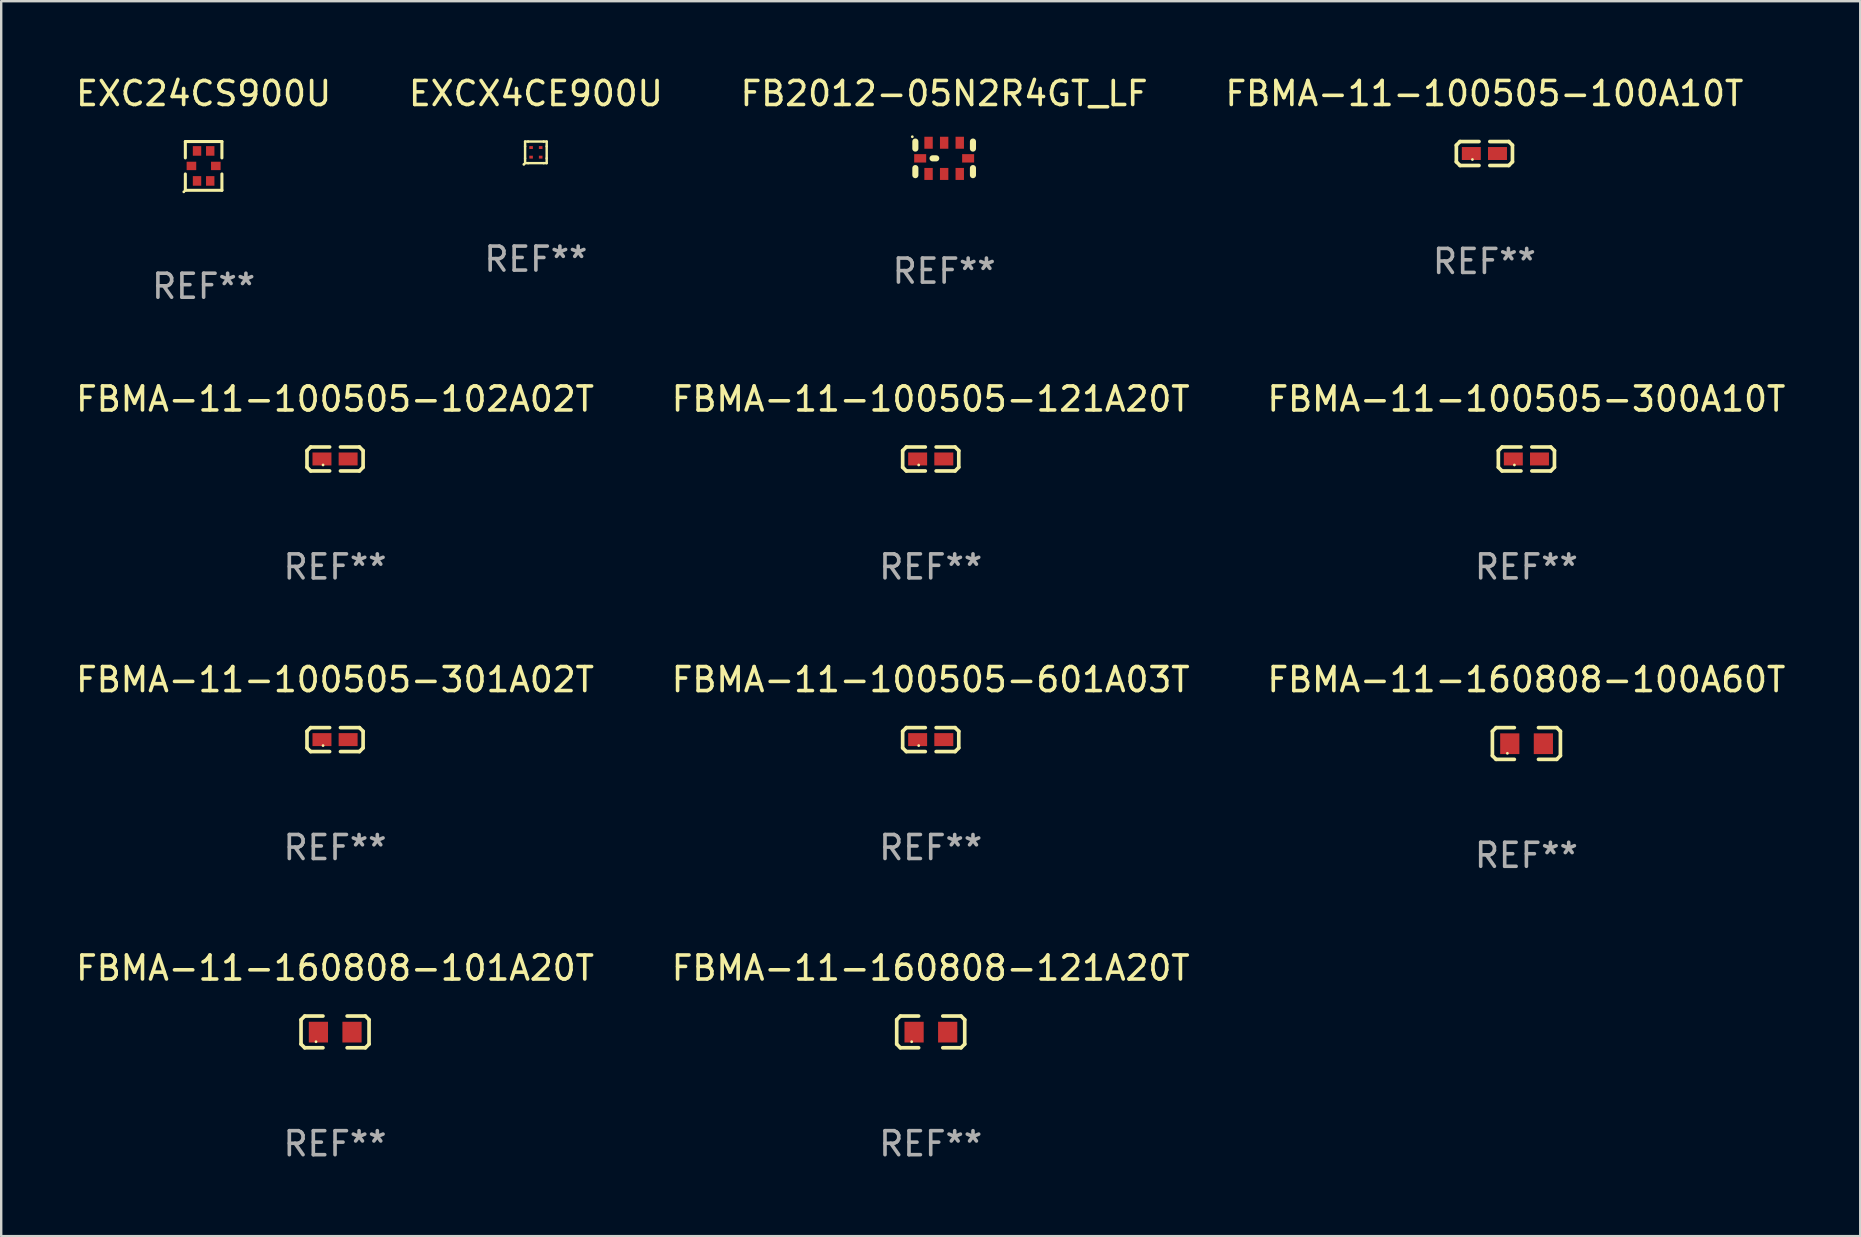
<source format=kicad_pcb>
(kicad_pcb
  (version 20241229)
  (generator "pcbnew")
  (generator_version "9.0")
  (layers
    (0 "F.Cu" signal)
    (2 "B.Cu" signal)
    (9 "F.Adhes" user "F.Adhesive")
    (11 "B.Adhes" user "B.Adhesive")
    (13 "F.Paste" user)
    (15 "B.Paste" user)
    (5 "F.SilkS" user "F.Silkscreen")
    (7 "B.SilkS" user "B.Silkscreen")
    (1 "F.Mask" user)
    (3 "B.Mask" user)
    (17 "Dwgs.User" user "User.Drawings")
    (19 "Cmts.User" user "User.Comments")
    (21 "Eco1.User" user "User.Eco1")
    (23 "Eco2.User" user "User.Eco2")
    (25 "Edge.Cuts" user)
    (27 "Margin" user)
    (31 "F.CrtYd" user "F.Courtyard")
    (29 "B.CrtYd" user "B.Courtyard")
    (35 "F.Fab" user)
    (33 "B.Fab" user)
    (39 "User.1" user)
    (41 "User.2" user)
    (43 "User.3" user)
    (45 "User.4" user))
  (footprint "FB2012-05N2R4GT_LF"
    (layer "F.Cu")
    (at 36.292 3.548)
    (property "Reference" "FB2012-05N2R4GT_LF" (at 0 -2.7 0) (layer "F.SilkS") (effects (font (size 1 1) (thickness 0.15))))
    (attr through_hole)
    (fp_line (start -1.2 -0.7) (end -1.2 -0.406) (stroke (width 0.254) (type solid)) (layer "F.SilkS"))
    (fp_line (start -1.2 0.406) (end -1.2 0.7) (stroke (width 0.254) (type solid)) (layer "F.SilkS"))
    (fp_line (start -0.483 0) (end -0.33 0) (stroke (width 0.254) (type solid)) (layer "F.SilkS"))
    (fp_line (start 1.2 -0.7) (end 1.2 -0.406) (stroke (width 0.254) (type solid)) (layer "F.SilkS"))
    (fp_line (start 1.2 0.406) (end 1.2 0.7) (stroke (width 0.254) (type solid)) (layer "F.SilkS"))
    (fp_circle (center -1.327 -0.9) (end -1.297 -0.9) (stroke (width 0.06) (type solid)) (fill no) (layer "F.SilkS"))
    (fp_text user "REF**" (at 0 4.7 0) (layer "F.Fab") (effects (font (size 1 1) (thickness 0.15))))
    (pad "1" smd rect (at -0.65 -0.65 270) (size 0.5 0.35) (layers "F.Cu" "F.Mask" "F.Paste"))
    (pad "2" smd rect (at 0 -0.65 270) (size 0.5 0.35) (layers "F.Cu" "F.Mask" "F.Paste"))
    (pad "3" smd rect (at 0.65 -0.65 270) (size 0.5 0.35) (layers "F.Cu" "F.Mask" "F.Paste"))
    (pad "4" smd rect (at 0.999 0 180) (size 0.5 0.35) (layers "F.Cu" "F.Mask" "F.Paste"))
    (pad "5" smd rect (at 0.65 0.65 90) (size 0.5 0.35) (layers "F.Cu" "F.Mask" "F.Paste"))
    (pad "6" smd rect (at 0 0.65 90) (size 0.5 0.35) (layers "F.Cu" "F.Mask" "F.Paste"))
    (pad "7" smd rect (at -0.65 0.65 90) (size 0.5 0.35) (layers "F.Cu" "F.Mask" "F.Paste"))
    (pad "8" smd rect (at -0.999 0) (size 0.5 0.35) (layers "F.Cu" "F.Mask" "F.Paste")))
  (footprint "FBMA-11-100505-100A10T"
    (layer "F.Cu")
    (at 58.804 3.347)
    (property "Reference" "FBMA-11-100505-100A10T" (at 0 -2.499 0) (layer "F.SilkS") (effects (font (size 1 1) (thickness 0.15))))
    (attr through_hole)
    (fp_line (start -1.169 -0.346) (end -1.016 -0.499) (stroke (width 0.152) (type solid)) (layer "F.SilkS"))
    (fp_line (start -1.169 0.346) (end -1.169 -0.346) (stroke (width 0.152) (type solid)) (layer "F.SilkS"))
    (fp_line (start -1.016 -0.499) (end -0.226 -0.499) (stroke (width 0.152) (type solid)) (layer "F.SilkS"))
    (fp_line (start -1.016 0.499) (end -1.169 0.346) (stroke (width 0.152) (type solid)) (layer "F.SilkS"))
    (fp_line (start -0.226 0.499) (end -1.016 0.499) (stroke (width 0.152) (type solid)) (layer "F.SilkS"))
    (fp_line (start 0.226 0.499) (end 1.016 0.499) (stroke (width 0.152) (type solid)) (layer "F.SilkS"))
    (fp_line (start 1.016 -0.499) (end 0.226 -0.499) (stroke (width 0.152) (type solid)) (layer "F.SilkS"))
    (fp_line (start 1.016 0.499) (end 1.169 0.346) (stroke (width 0.152) (type solid)) (layer "F.SilkS"))
    (fp_line (start 1.169 -0.346) (end 1.016 -0.499) (stroke (width 0.152) (type solid)) (layer "F.SilkS"))
    (fp_line (start 1.169 0.346) (end 1.169 -0.346) (stroke (width 0.152) (type solid)) (layer "F.SilkS"))
    (fp_circle (center -0.5 0.25) (end -0.47 0.25) (stroke (width 0.06) (type solid)) (fill no) (layer "F.SilkS"))
    (fp_text user "REF**" (at 0 4.499 0) (layer "F.Fab") (effects (font (size 1 1) (thickness 0.15))))
    (pad "1" smd rect (at -0.545 0) (size 0.79 0.54) (layers "F.Cu" "F.Mask" "F.Paste"))
    (pad "2" smd rect (at 0.545 0) (size 0.79 0.54) (layers "F.Cu" "F.Mask" "F.Paste")))
  (footprint "EXC24CS900U"
    (layer "F.Cu")
    (at 5.435 3.864)
    (property "Reference" "EXC24CS900U" (at 0 -3.016 0) (layer "F.SilkS") (effects (font (size 1 1) (thickness 0.15))))
    (attr through_hole)
    (fp_line (start -0.762 -1.016) (end 0.762 -1.016) (stroke (width 0.127) (type solid)) (layer "F.SilkS"))
    (fp_line (start -0.762 -0.334) (end -0.762 -1.016) (stroke (width 0.127) (type solid)) (layer "F.SilkS"))
    (fp_line (start -0.762 1.016) (end -0.762 0.334) (stroke (width 0.127) (type solid)) (layer "F.SilkS"))
    (fp_line (start 0.762 -1.016) (end 0.762 -0.334) (stroke (width 0.127) (type solid)) (layer "F.SilkS"))
    (fp_line (start 0.762 0.334) (end 0.762 1.016) (stroke (width 0.127) (type solid)) (layer "F.SilkS"))
    (fp_line (start 0.762 1.016) (end -0.762 1.016) (stroke (width 0.127) (type solid)) (layer "F.SilkS"))
    (fp_circle (center -0.826 1.08) (end -0.796 1.08) (stroke (width 0.06) (type solid)) (fill no) (layer "F.SilkS"))
    (fp_text user "REF**" (at 0 5.016 0) (layer "F.Fab") (effects (font (size 1 1) (thickness 0.15))))
    (pad "1" smd rect (at -0.508 0 90) (size 0.35 0.4) (layers "F.Cu" "F.Mask" "F.Paste"))
    (pad "2" smd rect (at -0.275 0.625) (size 0.35 0.4) (layers "F.Cu" "F.Mask" "F.Paste"))
    (pad "3" smd rect (at 0.275 0.625) (size 0.35 0.4) (layers "F.Cu" "F.Mask" "F.Paste"))
    (pad "4" smd rect (at 0.508 0 90) (size 0.35 0.4) (layers "F.Cu" "F.Mask" "F.Paste"))
    (pad "5" smd rect (at 0.275 -0.625 180) (size 0.35 0.4) (layers "F.Cu" "F.Mask" "F.Paste"))
    (pad "6" smd rect (at -0.275 -0.625) (size 0.35 0.4) (layers "F.Cu" "F.Mask" "F.Paste")))
  (footprint "FBMA-11-100505-102A02T"
    (layer "F.Cu")
    (at 10.911 16.075)
    (property "Reference" "FBMA-11-100505-102A02T" (at 0 -2.499 0) (layer "F.SilkS") (effects (font (size 1 1) (thickness 0.15))))
    (attr through_hole)
    (fp_line (start -1.169 -0.346) (end -1.016 -0.499) (stroke (width 0.152) (type solid)) (layer "F.SilkS"))
    (fp_line (start -1.169 0.346) (end -1.169 -0.346) (stroke (width 0.152) (type solid)) (layer "F.SilkS"))
    (fp_line (start -1.016 -0.499) (end -0.226 -0.499) (stroke (width 0.152) (type solid)) (layer "F.SilkS"))
    (fp_line (start -1.016 0.499) (end -1.169 0.346) (stroke (width 0.152) (type solid)) (layer "F.SilkS"))
    (fp_line (start -0.226 0.499) (end -1.016 0.499) (stroke (width 0.152) (type solid)) (layer "F.SilkS"))
    (fp_line (start 0.226 0.499) (end 1.016 0.499) (stroke (width 0.152) (type solid)) (layer "F.SilkS"))
    (fp_line (start 1.016 -0.499) (end 0.226 -0.499) (stroke (width 0.152) (type solid)) (layer "F.SilkS"))
    (fp_line (start 1.016 0.499) (end 1.169 0.346) (stroke (width 0.152) (type solid)) (layer "F.SilkS"))
    (fp_line (start 1.169 -0.346) (end 1.016 -0.499) (stroke (width 0.152) (type solid)) (layer "F.SilkS"))
    (fp_line (start 1.169 0.346) (end 1.169 -0.346) (stroke (width 0.152) (type solid)) (layer "F.SilkS"))
    (fp_circle (center -0.5 0.25) (end -0.47 0.25) (stroke (width 0.06) (type solid)) (fill no) (layer "F.SilkS"))
    (fp_text user "REF**" (at 0 4.499 0) (layer "F.Fab") (effects (font (size 1 1) (thickness 0.15))))
    (pad "1" smd rect (at -0.545 0) (size 0.79 0.54) (layers "F.Cu" "F.Mask" "F.Paste"))
    (pad "2" smd rect (at 0.545 0) (size 0.79 0.54) (layers "F.Cu" "F.Mask" "F.Paste")))
  (footprint "FBMA-11-160808-121A20T"
    (layer "F.Cu")
    (at 35.732 39.949)
    (property "Reference" "FBMA-11-160808-121A20T" (at 0 -2.661 0) (layer "F.SilkS") (effects (font (size 1 1) (thickness 0.15))))
    (attr through_hole)
    (fp_line (start -1.417 -0.508) (end -1.265 -0.661) (stroke (width 0.152) (type solid)) (layer "F.SilkS"))
    (fp_line (start -1.417 0.508) (end -1.417 -0.508) (stroke (width 0.152) (type solid)) (layer "F.SilkS"))
    (fp_line (start -1.265 -0.661) (end -0.503 -0.661) (stroke (width 0.152) (type solid)) (layer "F.SilkS"))
    (fp_line (start -1.265 0.661) (end -1.417 0.508) (stroke (width 0.152) (type solid)) (layer "F.SilkS"))
    (fp_line (start -1.265 0.661) (end -0.503 0.661) (stroke (width 0.152) (type solid)) (layer "F.SilkS"))
    (fp_line (start 1.265 -0.661) (end 0.503 -0.661) (stroke (width 0.152) (type solid)) (layer "F.SilkS"))
    (fp_line (start 1.265 -0.661) (end 1.417 -0.508) (stroke (width 0.152) (type solid)) (layer "F.SilkS"))
    (fp_line (start 1.265 0.661) (end 0.503 0.661) (stroke (width 0.152) (type solid)) (layer "F.SilkS"))
    (fp_line (start 1.417 -0.508) (end 1.417 0.508) (stroke (width 0.152) (type solid)) (layer "F.SilkS"))
    (fp_line (start 1.417 0.508) (end 1.265 0.661) (stroke (width 0.152) (type solid)) (layer "F.SilkS"))
    (fp_circle (center -0.793 0.409) (end -0.763 0.409) (stroke (width 0.06) (type solid)) (fill no) (layer "F.SilkS"))
    (fp_text user "REF**" (at 0 4.661 0) (layer "F.Fab") (effects (font (size 1 1) (thickness 0.15))))
    (pad "1" smd rect (at -0.693 0.009 180) (size 0.8 0.864) (layers "F.Cu" "F.Mask" "F.Paste"))
    (pad "2" smd rect (at 0.707 0.009 180) (size 0.8 0.864) (layers "F.Cu" "F.Mask" "F.Paste")))
  (footprint "FBMA-11-100505-301A02T"
    (layer "F.Cu")
    (at 10.911 27.769)
    (property "Reference" "FBMA-11-100505-301A02T" (at 0 -2.499 0) (layer "F.SilkS") (effects (font (size 1 1) (thickness 0.15))))
    (attr through_hole)
    (fp_line (start -1.169 -0.346) (end -1.016 -0.499) (stroke (width 0.152) (type solid)) (layer "F.SilkS"))
    (fp_line (start -1.169 0.346) (end -1.169 -0.346) (stroke (width 0.152) (type solid)) (layer "F.SilkS"))
    (fp_line (start -1.016 -0.499) (end -0.226 -0.499) (stroke (width 0.152) (type solid)) (layer "F.SilkS"))
    (fp_line (start -1.016 0.499) (end -1.169 0.346) (stroke (width 0.152) (type solid)) (layer "F.SilkS"))
    (fp_line (start -0.226 0.499) (end -1.016 0.499) (stroke (width 0.152) (type solid)) (layer "F.SilkS"))
    (fp_line (start 0.226 0.499) (end 1.016 0.499) (stroke (width 0.152) (type solid)) (layer "F.SilkS"))
    (fp_line (start 1.016 -0.499) (end 0.226 -0.499) (stroke (width 0.152) (type solid)) (layer "F.SilkS"))
    (fp_line (start 1.016 0.499) (end 1.169 0.346) (stroke (width 0.152) (type solid)) (layer "F.SilkS"))
    (fp_line (start 1.169 -0.346) (end 1.016 -0.499) (stroke (width 0.152) (type solid)) (layer "F.SilkS"))
    (fp_line (start 1.169 0.346) (end 1.169 -0.346) (stroke (width 0.152) (type solid)) (layer "F.SilkS"))
    (fp_circle (center -0.5 0.25) (end -0.47 0.25) (stroke (width 0.06) (type solid)) (fill no) (layer "F.SilkS"))
    (fp_text user "REF**" (at 0 4.499 0) (layer "F.Fab") (effects (font (size 1 1) (thickness 0.15))))
    (pad "1" smd rect (at -0.545 0) (size 0.79 0.54) (layers "F.Cu" "F.Mask" "F.Paste"))
    (pad "2" smd rect (at 0.545 0) (size 0.79 0.54) (layers "F.Cu" "F.Mask" "F.Paste")))
  (footprint "FBMA-11-100505-601A03T"
    (layer "F.Cu")
    (at 35.732 27.769)
    (property "Reference" "FBMA-11-100505-601A03T" (at 0 -2.499 0) (layer "F.SilkS") (effects (font (size 1 1) (thickness 0.15))))
    (attr through_hole)
    (fp_line (start -1.169 -0.346) (end -1.016 -0.499) (stroke (width 0.152) (type solid)) (layer "F.SilkS"))
    (fp_line (start -1.169 0.346) (end -1.169 -0.346) (stroke (width 0.152) (type solid)) (layer "F.SilkS"))
    (fp_line (start -1.016 -0.499) (end -0.226 -0.499) (stroke (width 0.152) (type solid)) (layer "F.SilkS"))
    (fp_line (start -1.016 0.499) (end -1.169 0.346) (stroke (width 0.152) (type solid)) (layer "F.SilkS"))
    (fp_line (start -0.226 0.499) (end -1.016 0.499) (stroke (width 0.152) (type solid)) (layer "F.SilkS"))
    (fp_line (start 0.226 0.499) (end 1.016 0.499) (stroke (width 0.152) (type solid)) (layer "F.SilkS"))
    (fp_line (start 1.016 -0.499) (end 0.226 -0.499) (stroke (width 0.152) (type solid)) (layer "F.SilkS"))
    (fp_line (start 1.016 0.499) (end 1.169 0.346) (stroke (width 0.152) (type solid)) (layer "F.SilkS"))
    (fp_line (start 1.169 -0.346) (end 1.016 -0.499) (stroke (width 0.152) (type solid)) (layer "F.SilkS"))
    (fp_line (start 1.169 0.346) (end 1.169 -0.346) (stroke (width 0.152) (type solid)) (layer "F.SilkS"))
    (fp_circle (center -0.5 0.25) (end -0.47 0.25) (stroke (width 0.06) (type solid)) (fill no) (layer "F.SilkS"))
    (fp_text user "REF**" (at 0 4.499 0) (layer "F.Fab") (effects (font (size 1 1) (thickness 0.15))))
    (pad "1" smd rect (at -0.545 0) (size 0.79 0.54) (layers "F.Cu" "F.Mask" "F.Paste"))
    (pad "2" smd rect (at 0.545 0) (size 0.79 0.54) (layers "F.Cu" "F.Mask" "F.Paste")))
  (footprint "EXCX4CE900U"
    (layer "F.Cu")
    (at 19.28 3.298)
    (property "Reference" "EXCX4CE900U" (at 0 -2.45 0) (layer "F.SilkS") (effects (font (size 1 1) (thickness 0.15))))
    (attr through_hole)
    (fp_line (start -0.45 -0.45) (end -0.45 -0.25) (stroke (width 0.102) (type solid)) (layer "F.SilkS"))
    (fp_line (start -0.45 -0.25) (end -0.45 0.25) (stroke (width 0.102) (type solid)) (layer "F.SilkS"))
    (fp_line (start -0.45 0.45) (end -0.45 0.25) (stroke (width 0.102) (type solid)) (layer "F.SilkS"))
    (fp_line (start -0.325 -0.45) (end -0.45 -0.45) (stroke (width 0.102) (type solid)) (layer "F.SilkS"))
    (fp_line (start -0.325 -0.45) (end 0.325 -0.45) (stroke (width 0.102) (type solid)) (layer "F.SilkS"))
    (fp_line (start -0.325 0.45) (end -0.45 0.45) (stroke (width 0.102) (type solid)) (layer "F.SilkS"))
    (fp_line (start -0.325 0.45) (end 0.325 0.45) (stroke (width 0.102) (type solid)) (layer "F.SilkS"))
    (fp_line (start 0.325 -0.45) (end 0.45 -0.45) (stroke (width 0.102) (type solid)) (layer "F.SilkS"))
    (fp_line (start 0.325 0.45) (end 0.45 0.45) (stroke (width 0.102) (type solid)) (layer "F.SilkS"))
    (fp_line (start 0.45 -0.45) (end 0.45 -0.25) (stroke (width 0.102) (type solid)) (layer "F.SilkS"))
    (fp_line (start 0.45 -0.25) (end 0.45 0.25) (stroke (width 0.102) (type solid)) (layer "F.SilkS"))
    (fp_line (start 0.45 0.45) (end 0.45 0.25) (stroke (width 0.102) (type solid)) (layer "F.SilkS"))
    (fp_circle (center -0.501 0.501) (end -0.471 0.501) (stroke (width 0.06) (type solid)) (fill no) (layer "F.SilkS"))
    (fp_text user "REF**" (at 0 4.45 0) (layer "F.Fab") (effects (font (size 1 1) (thickness 0.15))))
    (pad "1" smd rect (at -0.2 0.2) (size 0.15 0.12) (layers "F.Cu" "F.Mask" "F.Paste"))
    (pad "2" smd rect (at 0.2 0.2) (size 0.15 0.12) (layers "F.Cu" "F.Mask" "F.Paste"))
    (pad "3" smd rect (at 0.2 -0.2) (size 0.15 0.12) (layers "F.Cu" "F.Mask" "F.Paste"))
    (pad "4" smd rect (at -0.2 -0.2) (size 0.15 0.12) (layers "F.Cu" "F.Mask" "F.Paste")))
  (footprint "FBMA-11-100505-121A20T"
    (layer "F.Cu")
    (at 35.732 16.075)
    (property "Reference" "FBMA-11-100505-121A20T" (at 0 -2.499 0) (layer "F.SilkS") (effects (font (size 1 1) (thickness 0.15))))
    (attr through_hole)
    (fp_line (start -1.169 -0.346) (end -1.016 -0.499) (stroke (width 0.152) (type solid)) (layer "F.SilkS"))
    (fp_line (start -1.169 0.346) (end -1.169 -0.346) (stroke (width 0.152) (type solid)) (layer "F.SilkS"))
    (fp_line (start -1.016 -0.499) (end -0.226 -0.499) (stroke (width 0.152) (type solid)) (layer "F.SilkS"))
    (fp_line (start -1.016 0.499) (end -1.169 0.346) (stroke (width 0.152) (type solid)) (layer "F.SilkS"))
    (fp_line (start -0.226 0.499) (end -1.016 0.499) (stroke (width 0.152) (type solid)) (layer "F.SilkS"))
    (fp_line (start 0.226 0.499) (end 1.016 0.499) (stroke (width 0.152) (type solid)) (layer "F.SilkS"))
    (fp_line (start 1.016 -0.499) (end 0.226 -0.499) (stroke (width 0.152) (type solid)) (layer "F.SilkS"))
    (fp_line (start 1.016 0.499) (end 1.169 0.346) (stroke (width 0.152) (type solid)) (layer "F.SilkS"))
    (fp_line (start 1.169 -0.346) (end 1.016 -0.499) (stroke (width 0.152) (type solid)) (layer "F.SilkS"))
    (fp_line (start 1.169 0.346) (end 1.169 -0.346) (stroke (width 0.152) (type solid)) (layer "F.SilkS"))
    (fp_circle (center -0.5 0.25) (end -0.47 0.25) (stroke (width 0.06) (type solid)) (fill no) (layer "F.SilkS"))
    (fp_text user "REF**" (at 0 4.499 0) (layer "F.Fab") (effects (font (size 1 1) (thickness 0.15))))
    (pad "1" smd rect (at -0.545 0) (size 0.79 0.54) (layers "F.Cu" "F.Mask" "F.Paste"))
    (pad "2" smd rect (at 0.545 0) (size 0.79 0.54) (layers "F.Cu" "F.Mask" "F.Paste")))
  (footprint "FBMA-11-160808-100A60T"
    (layer "F.Cu")
    (at 60.554 27.931)
    (property "Reference" "FBMA-11-160808-100A60T" (at 0 -2.661 0) (layer "F.SilkS") (effects (font (size 1 1) (thickness 0.15))))
    (attr through_hole)
    (fp_line (start -1.417 -0.508) (end -1.265 -0.661) (stroke (width 0.152) (type solid)) (layer "F.SilkS"))
    (fp_line (start -1.417 0.508) (end -1.417 -0.508) (stroke (width 0.152) (type solid)) (layer "F.SilkS"))
    (fp_line (start -1.265 -0.661) (end -0.503 -0.661) (stroke (width 0.152) (type solid)) (layer "F.SilkS"))
    (fp_line (start -1.265 0.661) (end -1.417 0.508) (stroke (width 0.152) (type solid)) (layer "F.SilkS"))
    (fp_line (start -1.265 0.661) (end -0.503 0.661) (stroke (width 0.152) (type solid)) (layer "F.SilkS"))
    (fp_line (start 1.265 -0.661) (end 0.503 -0.661) (stroke (width 0.152) (type solid)) (layer "F.SilkS"))
    (fp_line (start 1.265 -0.661) (end 1.417 -0.508) (stroke (width 0.152) (type solid)) (layer "F.SilkS"))
    (fp_line (start 1.265 0.661) (end 0.503 0.661) (stroke (width 0.152) (type solid)) (layer "F.SilkS"))
    (fp_line (start 1.417 -0.508) (end 1.417 0.508) (stroke (width 0.152) (type solid)) (layer "F.SilkS"))
    (fp_line (start 1.417 0.508) (end 1.265 0.661) (stroke (width 0.152) (type solid)) (layer "F.SilkS"))
    (fp_circle (center -0.793 0.409) (end -0.763 0.409) (stroke (width 0.06) (type solid)) (fill no) (layer "F.SilkS"))
    (fp_text user "REF**" (at 0 4.661 0) (layer "F.Fab") (effects (font (size 1 1) (thickness 0.15))))
    (pad "1" smd rect (at -0.693 0.009 180) (size 0.8 0.864) (layers "F.Cu" "F.Mask" "F.Paste"))
    (pad "2" smd rect (at 0.707 0.009 180) (size 0.8 0.864) (layers "F.Cu" "F.Mask" "F.Paste")))
  (footprint "FBMA-11-100505-300A10T"
    (layer "F.Cu")
    (at 60.554 16.075)
    (property "Reference" "FBMA-11-100505-300A10T" (at 0 -2.499 0) (layer "F.SilkS") (effects (font (size 1 1) (thickness 0.15))))
    (attr through_hole)
    (fp_line (start -1.169 -0.346) (end -1.016 -0.499) (stroke (width 0.152) (type solid)) (layer "F.SilkS"))
    (fp_line (start -1.169 0.346) (end -1.169 -0.346) (stroke (width 0.152) (type solid)) (layer "F.SilkS"))
    (fp_line (start -1.016 -0.499) (end -0.226 -0.499) (stroke (width 0.152) (type solid)) (layer "F.SilkS"))
    (fp_line (start -1.016 0.499) (end -1.169 0.346) (stroke (width 0.152) (type solid)) (layer "F.SilkS"))
    (fp_line (start -0.226 0.499) (end -1.016 0.499) (stroke (width 0.152) (type solid)) (layer "F.SilkS"))
    (fp_line (start 0.226 0.499) (end 1.016 0.499) (stroke (width 0.152) (type solid)) (layer "F.SilkS"))
    (fp_line (start 1.016 -0.499) (end 0.226 -0.499) (stroke (width 0.152) (type solid)) (layer "F.SilkS"))
    (fp_line (start 1.016 0.499) (end 1.169 0.346) (stroke (width 0.152) (type solid)) (layer "F.SilkS"))
    (fp_line (start 1.169 -0.346) (end 1.016 -0.499) (stroke (width 0.152) (type solid)) (layer "F.SilkS"))
    (fp_line (start 1.169 0.346) (end 1.169 -0.346) (stroke (width 0.152) (type solid)) (layer "F.SilkS"))
    (fp_circle (center -0.5 0.25) (end -0.47 0.25) (stroke (width 0.06) (type solid)) (fill no) (layer "F.SilkS"))
    (fp_text user "REF**" (at 0 4.499 0) (layer "F.Fab") (effects (font (size 1 1) (thickness 0.15))))
    (pad "1" smd rect (at -0.545 0) (size 0.79 0.54) (layers "F.Cu" "F.Mask" "F.Paste"))
    (pad "2" smd rect (at 0.545 0) (size 0.79 0.54) (layers "F.Cu" "F.Mask" "F.Paste")))
  (footprint "FBMA-11-160808-101A20T"
    (layer "F.Cu")
    (at 10.911 39.949)
    (property "Reference" "FBMA-11-160808-101A20T" (at 0 -2.661 0) (layer "F.SilkS") (effects (font (size 1 1) (thickness 0.15))))
    (attr through_hole)
    (fp_line (start -1.417 -0.508) (end -1.265 -0.661) (stroke (width 0.152) (type solid)) (layer "F.SilkS"))
    (fp_line (start -1.417 0.508) (end -1.417 -0.508) (stroke (width 0.152) (type solid)) (layer "F.SilkS"))
    (fp_line (start -1.265 -0.661) (end -0.503 -0.661) (stroke (width 0.152) (type solid)) (layer "F.SilkS"))
    (fp_line (start -1.265 0.661) (end -1.417 0.508) (stroke (width 0.152) (type solid)) (layer "F.SilkS"))
    (fp_line (start -1.265 0.661) (end -0.503 0.661) (stroke (width 0.152) (type solid)) (layer "F.SilkS"))
    (fp_line (start 1.265 -0.661) (end 0.503 -0.661) (stroke (width 0.152) (type solid)) (layer "F.SilkS"))
    (fp_line (start 1.265 -0.661) (end 1.417 -0.508) (stroke (width 0.152) (type solid)) (layer "F.SilkS"))
    (fp_line (start 1.265 0.661) (end 0.503 0.661) (stroke (width 0.152) (type solid)) (layer "F.SilkS"))
    (fp_line (start 1.417 -0.508) (end 1.417 0.508) (stroke (width 0.152) (type solid)) (layer "F.SilkS"))
    (fp_line (start 1.417 0.508) (end 1.265 0.661) (stroke (width 0.152) (type solid)) (layer "F.SilkS"))
    (fp_circle (center -0.793 0.409) (end -0.763 0.409) (stroke (width 0.06) (type solid)) (fill no) (layer "F.SilkS"))
    (fp_text user "REF**" (at 0 4.661 0) (layer "F.Fab") (effects (font (size 1 1) (thickness 0.15))))
    (pad "1" smd rect (at -0.693 0.009 180) (size 0.8 0.864) (layers "F.Cu" "F.Mask" "F.Paste"))
    (pad "2" smd rect (at 0.707 0.009 180) (size 0.8 0.864) (layers "F.Cu" "F.Mask" "F.Paste")))
  (gr_rect
    (start -3 -3)
    (end 74.464 48.458)
    (stroke (width 0.1) (type default))
    (fill no)
    (layer "Edge.Cuts")))
</source>
